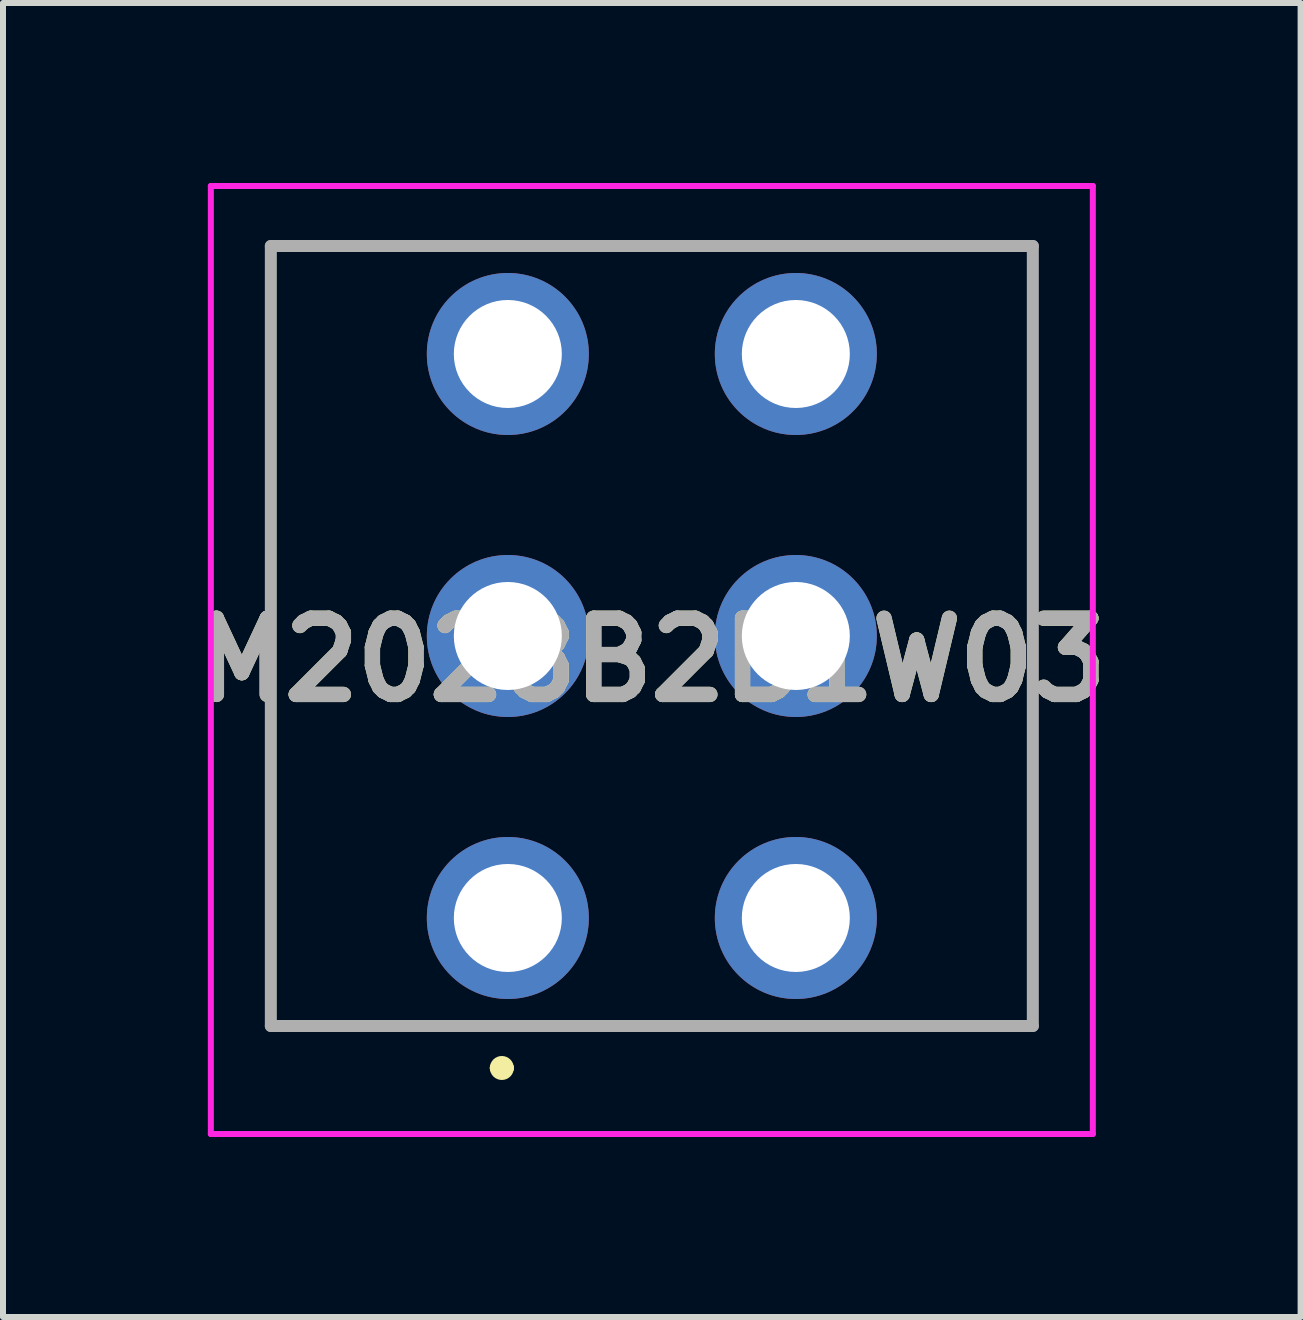
<source format=kicad_pcb>
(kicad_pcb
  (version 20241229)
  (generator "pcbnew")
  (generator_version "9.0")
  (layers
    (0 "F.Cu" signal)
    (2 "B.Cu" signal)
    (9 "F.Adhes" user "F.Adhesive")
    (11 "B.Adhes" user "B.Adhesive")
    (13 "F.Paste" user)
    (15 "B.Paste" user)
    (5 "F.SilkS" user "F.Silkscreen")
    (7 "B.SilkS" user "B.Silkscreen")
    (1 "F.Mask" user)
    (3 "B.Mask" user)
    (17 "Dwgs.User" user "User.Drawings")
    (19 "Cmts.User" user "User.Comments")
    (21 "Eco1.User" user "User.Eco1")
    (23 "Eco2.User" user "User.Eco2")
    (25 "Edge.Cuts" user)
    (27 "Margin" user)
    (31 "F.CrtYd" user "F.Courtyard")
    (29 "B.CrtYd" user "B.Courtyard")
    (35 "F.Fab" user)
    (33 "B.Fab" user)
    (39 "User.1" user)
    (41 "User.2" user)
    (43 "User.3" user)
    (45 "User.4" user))
  (footprint "M2028B2B1W03"
    (layer "F.Cu")
    (at 5.414 12.25)
    (property "Reference" "M2028B2B1W03" (at 2.4 -4.3 0) (layer "F.SilkS") (effects (font (size 1.27 1.27) (thickness 0.254))))
    (attr through_hole)
    (fp_line (start -3.95 -11.2) (end 8.75 -11.2) (stroke (width 0.1) (type solid)) (layer "F.SilkS"))
    (fp_line (start -3.95 1.8) (end -3.95 -11.2) (stroke (width 0.1) (type solid)) (layer "F.SilkS"))
    (fp_line (start -0.2 2.5) (end -0.2 2.5) (stroke (width 0.2) (type solid)) (layer "F.SilkS"))
    (fp_line (start 0 2.5) (end 0 2.5) (stroke (width 0.2) (type solid)) (layer "F.SilkS"))
    (fp_line (start 8.75 -11.2) (end 8.75 1.8) (stroke (width 0.1) (type solid)) (layer "F.SilkS"))
    (fp_line (start 8.75 1.8) (end -3.95 1.8) (stroke (width 0.1) (type solid)) (layer "F.SilkS"))
    (fp_arc (start -0.2 2.5) (mid -0.1 2.4) (end 0 2.5) (stroke (width 0.2) (type solid)) (layer "F.SilkS"))
    (fp_arc (start 0 2.5) (mid -0.1 2.6) (end -0.2 2.5) (stroke (width 0.2) (type solid)) (layer "F.SilkS"))
    (fp_line (start -4.95 -12.2) (end 9.75 -12.2) (stroke (width 0.1) (type solid)) (layer "F.CrtYd"))
    (fp_line (start -4.95 3.6) (end -4.95 -12.2) (stroke (width 0.1) (type solid)) (layer "F.CrtYd"))
    (fp_line (start 9.75 -12.2) (end 9.75 3.6) (stroke (width 0.1) (type solid)) (layer "F.CrtYd"))
    (fp_line (start 9.75 3.6) (end -4.95 3.6) (stroke (width 0.1) (type solid)) (layer "F.CrtYd"))
    (fp_line (start -3.95 -11.2) (end 8.75 -11.2) (stroke (width 0.2) (type solid)) (layer "F.Fab"))
    (fp_line (start -3.95 1.8) (end -3.95 -11.2) (stroke (width 0.2) (type solid)) (layer "F.Fab"))
    (fp_line (start 8.75 -11.2) (end 8.75 1.8) (stroke (width 0.2) (type solid)) (layer "F.Fab"))
    (fp_line (start 8.75 1.8) (end -3.95 1.8) (stroke (width 0.2) (type solid)) (layer "F.Fab"))
    (fp_text user "${REFERENCE}" (at 2.4 -4.3 0) (layer "F.Fab") (effects (font (size 1.27 1.27) (thickness 0.254))))
    (pad "1" thru_hole circle (at 0 0) (size 2.7 2.7) (drill 1.8) (layers "*.Cu" "*.Mask"))
    (pad "2" thru_hole circle (at 0 -4.7) (size 2.7 2.7) (drill 1.8) (layers "*.Cu" "*.Mask"))
    (pad "3" thru_hole circle (at 0 -9.4) (size 2.7 2.7) (drill 1.8) (layers "*.Cu" "*.Mask"))
    (pad "4" thru_hole circle (at 4.8 0) (size 2.7 2.7) (drill 1.8) (layers "*.Cu" "*.Mask"))
    (pad "5" thru_hole circle (at 4.8 -4.7) (size 2.7 2.7) (drill 1.8) (layers "*.Cu" "*.Mask"))
    (pad "6" thru_hole circle (at 4.8 -9.4) (size 2.7 2.7) (drill 1.8) (layers "*.Cu" "*.Mask")))
  (gr_rect
    (start -3 -3)
    (end 18.627 18.9)
    (stroke (width 0.1) (type default))
    (fill no)
    (layer "Edge.Cuts")))
</source>
